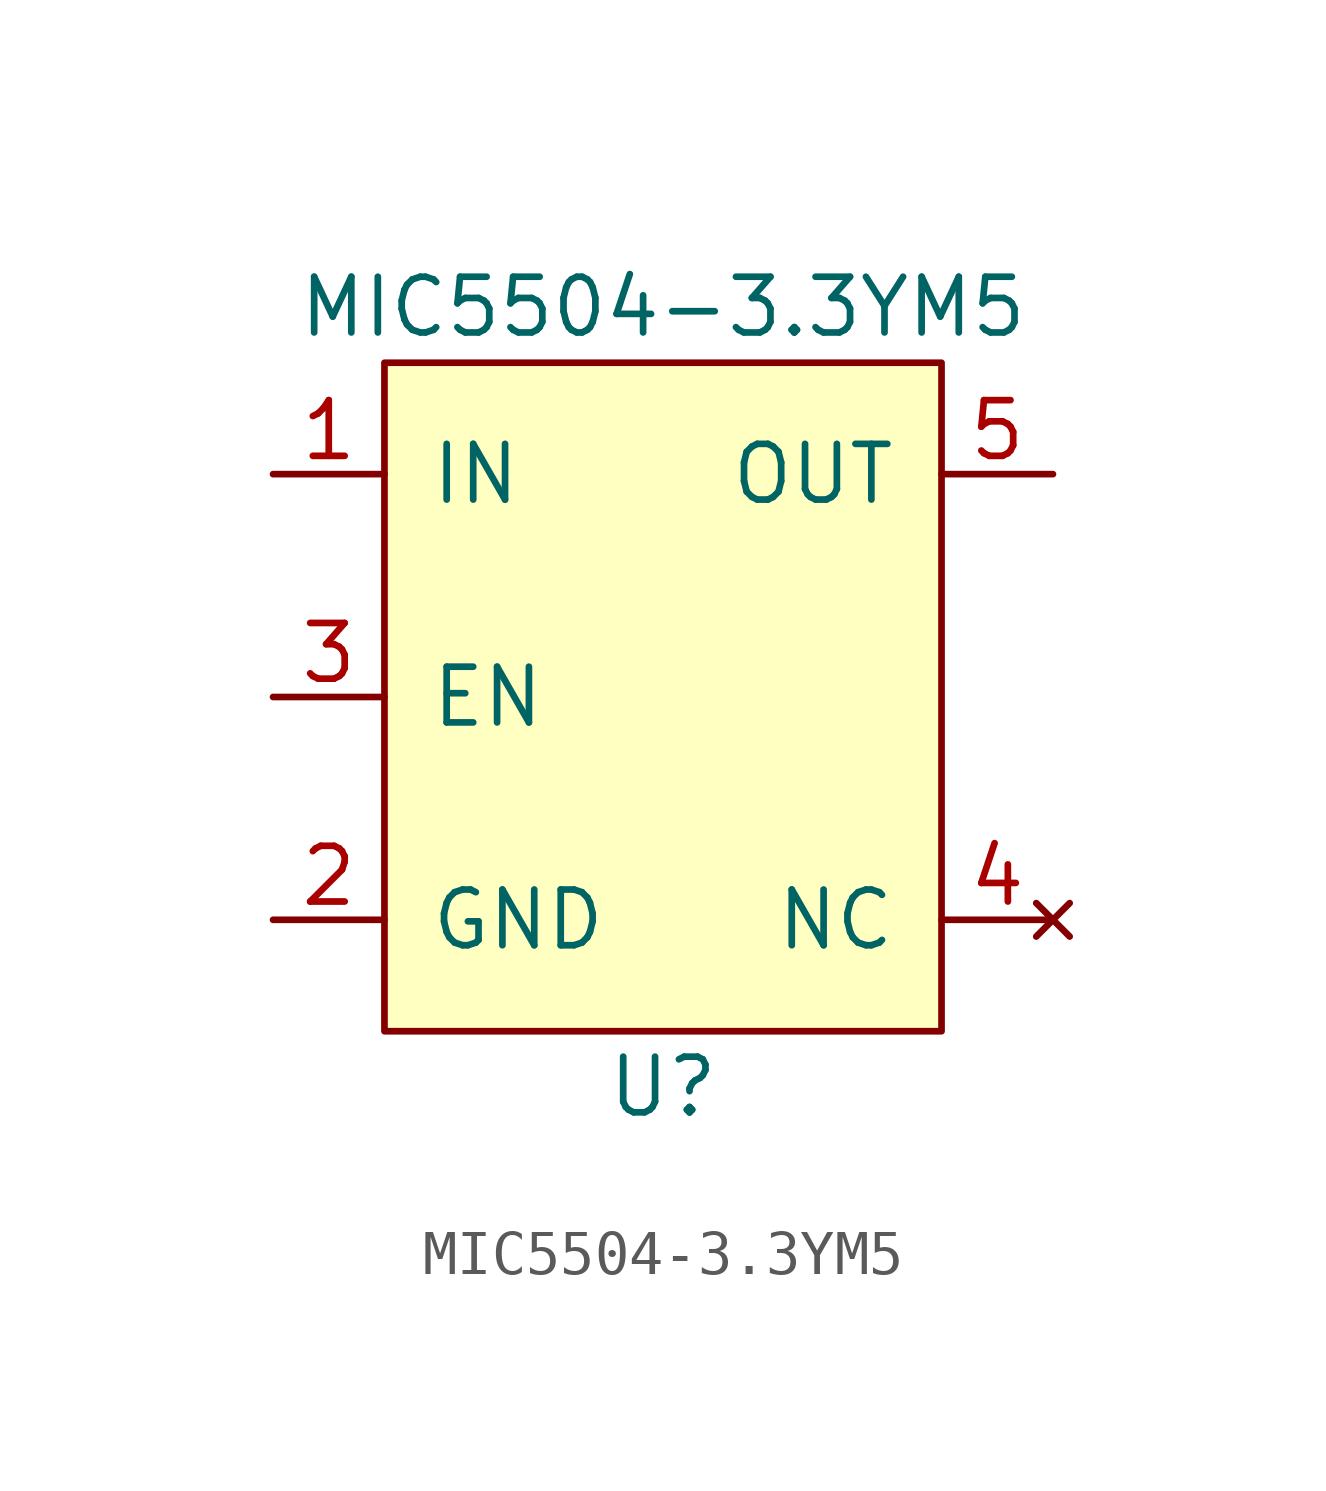
<source format=kicad_sym>
(kicad_symbol_lib
  (version 20211014)
  (generator kicad_symbol_editor)
  (symbol "MIC5504-3.3YM5"
    (pin_names
      (offset 1.016))
    (property "Reference" "U"
      (at 0 -8.89 0)
      (effects (font (size 1.27 1.27))))
    (property "Value" "MIC5504-3.3YM5"
      (at 0 8.89 0)
      (effects (font (size 1.27 1.27))))
    (symbol "MIC5504-3.3YM5_0_1"
      (rectangle (start -6.35 7.62) (end 6.35 -7.62) (stroke (width 0) (type default) (color 0 0 0 0)) (fill (type background))))
    (symbol "MIC5504-3.3YM5_1_1"
      (pin power_in line (at -8.89 5.08 0) (length 2.54) (name "IN" (effects (font (size 1.27 1.27)))) (number "1" (effects (font (size 1.27 1.27)))))
      (pin power_in line (at -8.89 -5.08 0) (length 2.54) (name "GND" (effects (font (size 1.27 1.27)))) (number "2" (effects (font (size 1.27 1.27)))))
      (pin input line (at -8.89 0 0) (length 2.54) (name "EN" (effects (font (size 1.27 1.27)))) (number "3" (effects (font (size 1.27 1.27)))))
      (pin no_connect line (at 8.89 -5.08 180) (length 2.54) (name "NC" (effects (font (size 1.27 1.27)))) (number "4" (effects (font (size 1.27 1.27)))))
      (pin power_out line (at 8.89 5.08 180) (length 2.54) (name "OUT" (effects (font (size 1.27 1.27)))) (number "5" (effects (font (size 1.27 1.27))))))))
</source>
